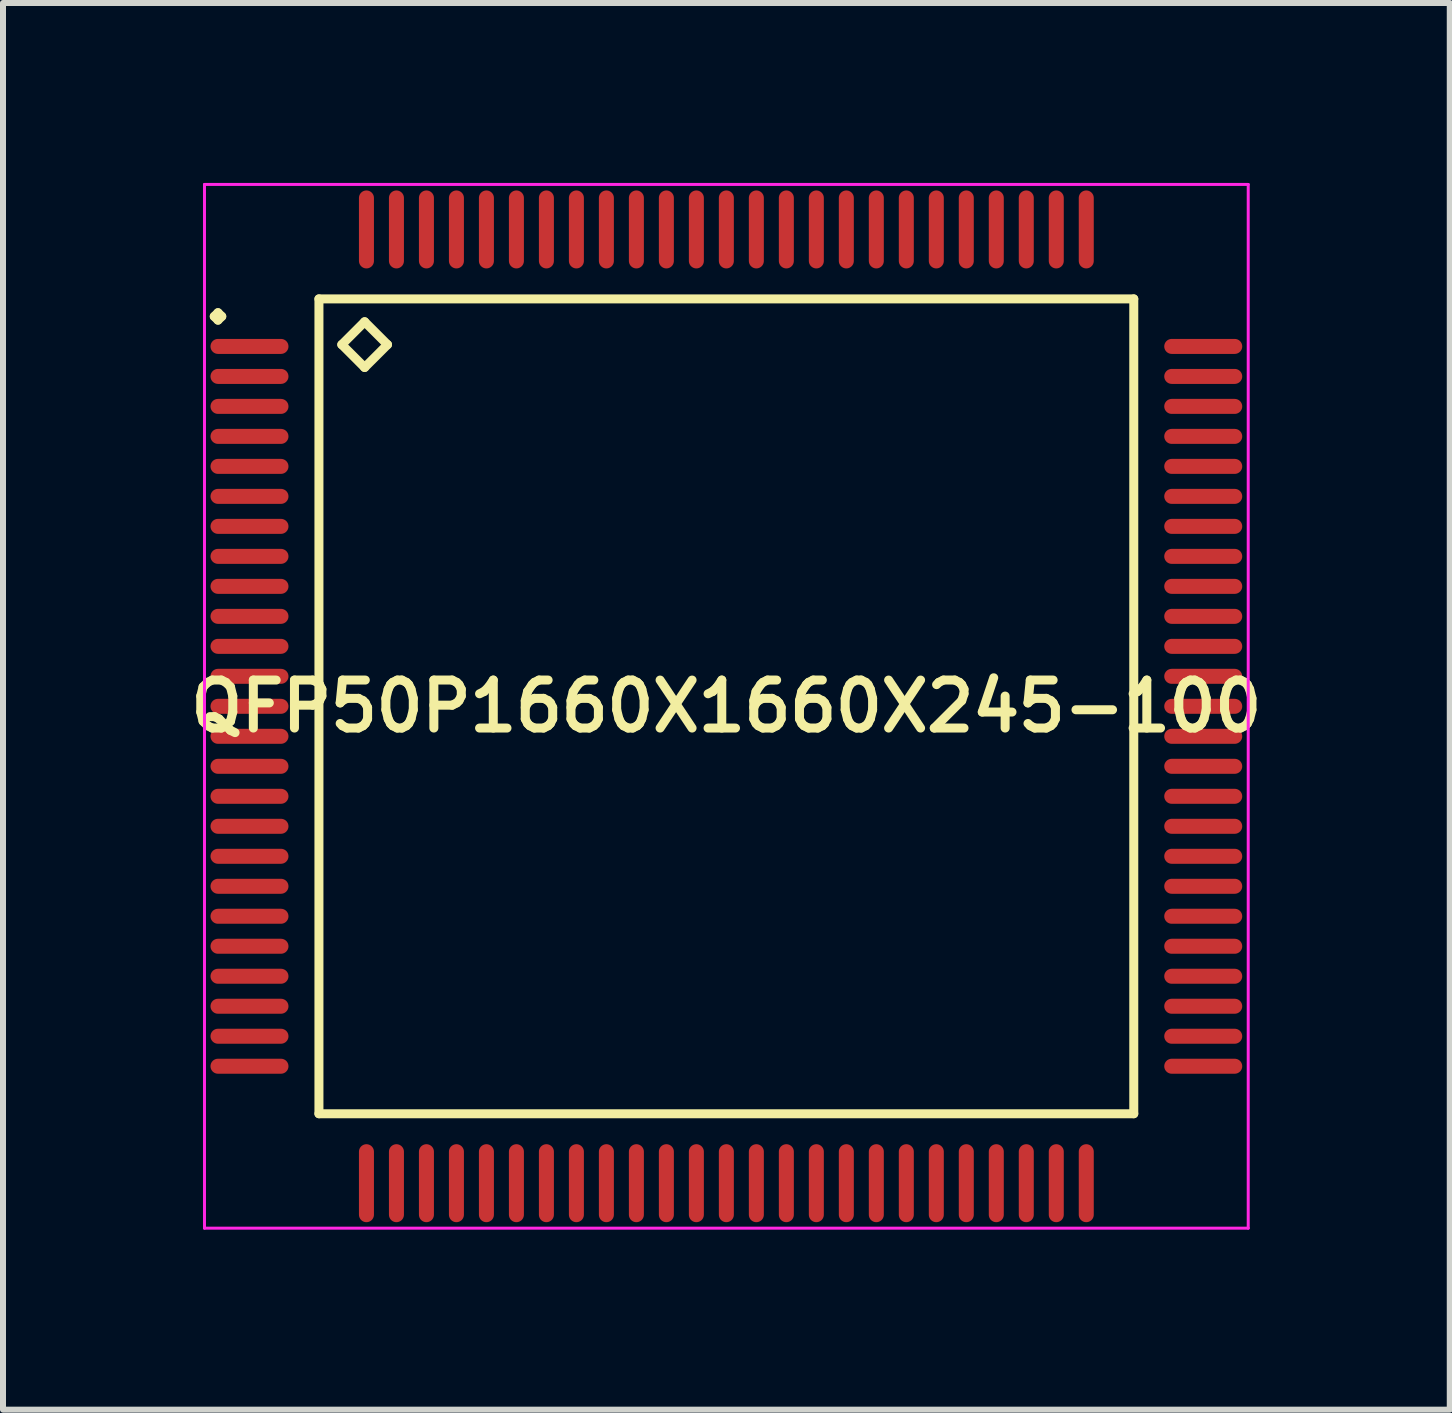
<source format=kicad_pcb>
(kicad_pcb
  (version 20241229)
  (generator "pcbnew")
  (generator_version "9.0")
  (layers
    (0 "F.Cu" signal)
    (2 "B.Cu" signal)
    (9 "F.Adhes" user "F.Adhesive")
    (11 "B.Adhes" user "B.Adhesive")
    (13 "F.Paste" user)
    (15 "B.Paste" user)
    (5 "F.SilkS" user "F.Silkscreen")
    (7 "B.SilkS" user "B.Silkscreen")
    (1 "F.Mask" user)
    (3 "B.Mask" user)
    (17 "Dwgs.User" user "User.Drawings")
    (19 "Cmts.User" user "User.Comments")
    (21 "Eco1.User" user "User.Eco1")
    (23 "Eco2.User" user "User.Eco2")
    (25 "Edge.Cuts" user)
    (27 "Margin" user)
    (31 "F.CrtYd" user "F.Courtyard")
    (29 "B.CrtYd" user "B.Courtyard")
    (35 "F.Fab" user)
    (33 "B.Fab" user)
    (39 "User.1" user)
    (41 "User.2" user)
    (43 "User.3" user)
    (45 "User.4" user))
  (footprint "QFP50P1660X1660X245-100"
    (layer "F.Cu")
    (at 9.059 8.725)
    (property "Reference" "QFP50P1660X1660X245-100" (at 0 0 0) (layer "F.SilkS") (effects (font (size 0.8 0.8) (thickness 0.15))))
    (attr smd)
    (fp_line (start -8.537 -6.5) (end -8.475 -6.562) (stroke (width 0.15) (type solid)) (layer "F.SilkS"))
    (fp_line (start -8.475 -6.562) (end -8.412 -6.5) (stroke (width 0.15) (type solid)) (layer "F.SilkS"))
    (fp_line (start -8.475 -6.438) (end -8.537 -6.5) (stroke (width 0.15) (type solid)) (layer "F.SilkS"))
    (fp_line (start -8.412 -6.5) (end -8.475 -6.438) (stroke (width 0.15) (type solid)) (layer "F.SilkS"))
    (fp_line (start -6.792 -6.792) (end -6.792 6.792) (stroke (width 0.15) (type solid)) (layer "F.SilkS"))
    (fp_line (start -6.792 6.792) (end 6.792 6.792) (stroke (width 0.15) (type solid)) (layer "F.SilkS"))
    (fp_line (start -6.411 -6.03) (end -6.03 -6.411) (stroke (width 0.15) (type solid)) (layer "F.SilkS"))
    (fp_line (start -6.03 -6.411) (end -5.649 -6.03) (stroke (width 0.15) (type solid)) (layer "F.SilkS"))
    (fp_line (start -6.03 -5.649) (end -6.411 -6.03) (stroke (width 0.15) (type solid)) (layer "F.SilkS"))
    (fp_line (start -5.649 -6.03) (end -6.03 -5.649) (stroke (width 0.15) (type solid)) (layer "F.SilkS"))
    (fp_line (start 6.792 -6.792) (end -6.792 -6.792) (stroke (width 0.15) (type solid)) (layer "F.SilkS"))
    (fp_line (start 6.792 6.792) (end 6.792 -6.792) (stroke (width 0.15) (type solid)) (layer "F.SilkS"))
    (fp_line (start -8.7 -8.7) (end 8.7 -8.7) (stroke (width 0.05) (type solid)) (layer "F.CrtYd"))
    (fp_line (start -8.7 8.7) (end -8.7 -8.7) (stroke (width 0.05) (type solid)) (layer "F.CrtYd"))
    (fp_line (start 8.7 -8.7) (end 8.7 8.7) (stroke (width 0.05) (type solid)) (layer "F.CrtYd"))
    (fp_line (start 8.7 8.7) (end -8.7 8.7) (stroke (width 0.05) (type solid)) (layer "F.CrtYd"))
    (pad "1" smd oval (at -7.95 -6) (size 1.3 0.25) (layers "F.Cu" "F.Mask" "F.Paste"))
    (pad "2" smd oval (at -7.95 -5.5) (size 1.3 0.25) (layers "F.Cu" "F.Mask" "F.Paste"))
    (pad "3" smd oval (at -7.95 -5) (size 1.3 0.25) (layers "F.Cu" "F.Mask" "F.Paste"))
    (pad "4" smd oval (at -7.95 -4.5) (size 1.3 0.25) (layers "F.Cu" "F.Mask" "F.Paste"))
    (pad "5" smd oval (at -7.95 -4) (size 1.3 0.25) (layers "F.Cu" "F.Mask" "F.Paste"))
    (pad "6" smd oval (at -7.95 -3.5) (size 1.3 0.25) (layers "F.Cu" "F.Mask" "F.Paste"))
    (pad "7" smd oval (at -7.95 -3) (size 1.3 0.25) (layers "F.Cu" "F.Mask" "F.Paste"))
    (pad "8" smd oval (at -7.95 -2.5) (size 1.3 0.25) (layers "F.Cu" "F.Mask" "F.Paste"))
    (pad "9" smd oval (at -7.95 -2) (size 1.3 0.25) (layers "F.Cu" "F.Mask" "F.Paste"))
    (pad "10" smd oval (at -7.95 -1.5) (size 1.3 0.25) (layers "F.Cu" "F.Mask" "F.Paste"))
    (pad "11" smd oval (at -7.95 -1) (size 1.3 0.25) (layers "F.Cu" "F.Mask" "F.Paste"))
    (pad "12" smd oval (at -7.95 -0.5) (size 1.3 0.25) (layers "F.Cu" "F.Mask" "F.Paste"))
    (pad "13" smd oval (at -7.95 0) (size 1.3 0.25) (layers "F.Cu" "F.Mask" "F.Paste"))
    (pad "14" smd oval (at -7.95 0.5) (size 1.3 0.25) (layers "F.Cu" "F.Mask" "F.Paste"))
    (pad "15" smd oval (at -7.95 1) (size 1.3 0.25) (layers "F.Cu" "F.Mask" "F.Paste"))
    (pad "16" smd oval (at -7.95 1.5) (size 1.3 0.25) (layers "F.Cu" "F.Mask" "F.Paste"))
    (pad "17" smd oval (at -7.95 2) (size 1.3 0.25) (layers "F.Cu" "F.Mask" "F.Paste"))
    (pad "18" smd oval (at -7.95 2.5) (size 1.3 0.25) (layers "F.Cu" "F.Mask" "F.Paste"))
    (pad "19" smd oval (at -7.95 3) (size 1.3 0.25) (layers "F.Cu" "F.Mask" "F.Paste"))
    (pad "20" smd oval (at -7.95 3.5) (size 1.3 0.25) (layers "F.Cu" "F.Mask" "F.Paste"))
    (pad "21" smd oval (at -7.95 4) (size 1.3 0.25) (layers "F.Cu" "F.Mask" "F.Paste"))
    (pad "22" smd oval (at -7.95 4.5) (size 1.3 0.25) (layers "F.Cu" "F.Mask" "F.Paste"))
    (pad "23" smd oval (at -7.95 5) (size 1.3 0.25) (layers "F.Cu" "F.Mask" "F.Paste"))
    (pad "24" smd oval (at -7.95 5.5) (size 1.3 0.25) (layers "F.Cu" "F.Mask" "F.Paste"))
    (pad "25" smd oval (at -7.95 6) (size 1.3 0.25) (layers "F.Cu" "F.Mask" "F.Paste"))
    (pad "26" smd oval (at -6 7.95) (size 0.25 1.3) (layers "F.Cu" "F.Mask" "F.Paste"))
    (pad "27" smd oval (at -5.5 7.95) (size 0.25 1.3) (layers "F.Cu" "F.Mask" "F.Paste"))
    (pad "28" smd oval (at -5 7.95) (size 0.25 1.3) (layers "F.Cu" "F.Mask" "F.Paste"))
    (pad "29" smd oval (at -4.5 7.95) (size 0.25 1.3) (layers "F.Cu" "F.Mask" "F.Paste"))
    (pad "30" smd oval (at -4 7.95) (size 0.25 1.3) (layers "F.Cu" "F.Mask" "F.Paste"))
    (pad "31" smd oval (at -3.5 7.95) (size 0.25 1.3) (layers "F.Cu" "F.Mask" "F.Paste"))
    (pad "32" smd oval (at -3 7.95) (size 0.25 1.3) (layers "F.Cu" "F.Mask" "F.Paste"))
    (pad "33" smd oval (at -2.5 7.95) (size 0.25 1.3) (layers "F.Cu" "F.Mask" "F.Paste"))
    (pad "34" smd oval (at -2 7.95) (size 0.25 1.3) (layers "F.Cu" "F.Mask" "F.Paste"))
    (pad "35" smd oval (at -1.5 7.95) (size 0.25 1.3) (layers "F.Cu" "F.Mask" "F.Paste"))
    (pad "36" smd oval (at -1 7.95) (size 0.25 1.3) (layers "F.Cu" "F.Mask" "F.Paste"))
    (pad "37" smd oval (at -0.5 7.95) (size 0.25 1.3) (layers "F.Cu" "F.Mask" "F.Paste"))
    (pad "38" smd oval (at 0 7.95) (size 0.25 1.3) (layers "F.Cu" "F.Mask" "F.Paste"))
    (pad "39" smd oval (at 0.5 7.95) (size 0.25 1.3) (layers "F.Cu" "F.Mask" "F.Paste"))
    (pad "40" smd oval (at 1 7.95) (size 0.25 1.3) (layers "F.Cu" "F.Mask" "F.Paste"))
    (pad "41" smd oval (at 1.5 7.95) (size 0.25 1.3) (layers "F.Cu" "F.Mask" "F.Paste"))
    (pad "42" smd oval (at 2 7.95) (size 0.25 1.3) (layers "F.Cu" "F.Mask" "F.Paste"))
    (pad "43" smd oval (at 2.5 7.95) (size 0.25 1.3) (layers "F.Cu" "F.Mask" "F.Paste"))
    (pad "44" smd oval (at 3 7.95) (size 0.25 1.3) (layers "F.Cu" "F.Mask" "F.Paste"))
    (pad "45" smd oval (at 3.5 7.95) (size 0.25 1.3) (layers "F.Cu" "F.Mask" "F.Paste"))
    (pad "46" smd oval (at 4 7.95) (size 0.25 1.3) (layers "F.Cu" "F.Mask" "F.Paste"))
    (pad "47" smd oval (at 4.5 7.95) (size 0.25 1.3) (layers "F.Cu" "F.Mask" "F.Paste"))
    (pad "48" smd oval (at 5 7.95) (size 0.25 1.3) (layers "F.Cu" "F.Mask" "F.Paste"))
    (pad "49" smd oval (at 5.5 7.95) (size 0.25 1.3) (layers "F.Cu" "F.Mask" "F.Paste"))
    (pad "50" smd oval (at 6 7.95) (size 0.25 1.3) (layers "F.Cu" "F.Mask" "F.Paste"))
    (pad "51" smd oval (at 7.95 6) (size 1.3 0.25) (layers "F.Cu" "F.Mask" "F.Paste"))
    (pad "52" smd oval (at 7.95 5.5) (size 1.3 0.25) (layers "F.Cu" "F.Mask" "F.Paste"))
    (pad "53" smd oval (at 7.95 5) (size 1.3 0.25) (layers "F.Cu" "F.Mask" "F.Paste"))
    (pad "54" smd oval (at 7.95 4.5) (size 1.3 0.25) (layers "F.Cu" "F.Mask" "F.Paste"))
    (pad "55" smd oval (at 7.95 4) (size 1.3 0.25) (layers "F.Cu" "F.Mask" "F.Paste"))
    (pad "56" smd oval (at 7.95 3.5) (size 1.3 0.25) (layers "F.Cu" "F.Mask" "F.Paste"))
    (pad "57" smd oval (at 7.95 3) (size 1.3 0.25) (layers "F.Cu" "F.Mask" "F.Paste"))
    (pad "58" smd oval (at 7.95 2.5) (size 1.3 0.25) (layers "F.Cu" "F.Mask" "F.Paste"))
    (pad "59" smd oval (at 7.95 2) (size 1.3 0.25) (layers "F.Cu" "F.Mask" "F.Paste"))
    (pad "60" smd oval (at 7.95 1.5) (size 1.3 0.25) (layers "F.Cu" "F.Mask" "F.Paste"))
    (pad "61" smd oval (at 7.95 1) (size 1.3 0.25) (layers "F.Cu" "F.Mask" "F.Paste"))
    (pad "62" smd oval (at 7.95 0.5) (size 1.3 0.25) (layers "F.Cu" "F.Mask" "F.Paste"))
    (pad "63" smd oval (at 7.95 0) (size 1.3 0.25) (layers "F.Cu" "F.Mask" "F.Paste"))
    (pad "64" smd oval (at 7.95 -0.5) (size 1.3 0.25) (layers "F.Cu" "F.Mask" "F.Paste"))
    (pad "65" smd oval (at 7.95 -1) (size 1.3 0.25) (layers "F.Cu" "F.Mask" "F.Paste"))
    (pad "66" smd oval (at 7.95 -1.5) (size 1.3 0.25) (layers "F.Cu" "F.Mask" "F.Paste"))
    (pad "67" smd oval (at 7.95 -2) (size 1.3 0.25) (layers "F.Cu" "F.Mask" "F.Paste"))
    (pad "68" smd oval (at 7.95 -2.5) (size 1.3 0.25) (layers "F.Cu" "F.Mask" "F.Paste"))
    (pad "69" smd oval (at 7.95 -3) (size 1.3 0.25) (layers "F.Cu" "F.Mask" "F.Paste"))
    (pad "70" smd oval (at 7.95 -3.5) (size 1.3 0.25) (layers "F.Cu" "F.Mask" "F.Paste"))
    (pad "71" smd oval (at 7.95 -4) (size 1.3 0.25) (layers "F.Cu" "F.Mask" "F.Paste"))
    (pad "72" smd oval (at 7.95 -4.5) (size 1.3 0.25) (layers "F.Cu" "F.Mask" "F.Paste"))
    (pad "73" smd oval (at 7.95 -5) (size 1.3 0.25) (layers "F.Cu" "F.Mask" "F.Paste"))
    (pad "74" smd oval (at 7.95 -5.5) (size 1.3 0.25) (layers "F.Cu" "F.Mask" "F.Paste"))
    (pad "75" smd oval (at 7.95 -6) (size 1.3 0.25) (layers "F.Cu" "F.Mask" "F.Paste"))
    (pad "76" smd oval (at 6 -7.95) (size 0.25 1.3) (layers "F.Cu" "F.Mask" "F.Paste"))
    (pad "77" smd oval (at 5.5 -7.95) (size 0.25 1.3) (layers "F.Cu" "F.Mask" "F.Paste"))
    (pad "78" smd oval (at 5 -7.95) (size 0.25 1.3) (layers "F.Cu" "F.Mask" "F.Paste"))
    (pad "79" smd oval (at 4.5 -7.95) (size 0.25 1.3) (layers "F.Cu" "F.Mask" "F.Paste"))
    (pad "80" smd oval (at 4 -7.95) (size 0.25 1.3) (layers "F.Cu" "F.Mask" "F.Paste"))
    (pad "81" smd oval (at 3.5 -7.95) (size 0.25 1.3) (layers "F.Cu" "F.Mask" "F.Paste"))
    (pad "82" smd oval (at 3 -7.95) (size 0.25 1.3) (layers "F.Cu" "F.Mask" "F.Paste"))
    (pad "83" smd oval (at 2.5 -7.95) (size 0.25 1.3) (layers "F.Cu" "F.Mask" "F.Paste"))
    (pad "84" smd oval (at 2 -7.95) (size 0.25 1.3) (layers "F.Cu" "F.Mask" "F.Paste"))
    (pad "85" smd oval (at 1.5 -7.95) (size 0.25 1.3) (layers "F.Cu" "F.Mask" "F.Paste"))
    (pad "86" smd oval (at 1 -7.95) (size 0.25 1.3) (layers "F.Cu" "F.Mask" "F.Paste"))
    (pad "87" smd oval (at 0.5 -7.95) (size 0.25 1.3) (layers "F.Cu" "F.Mask" "F.Paste"))
    (pad "88" smd oval (at 0 -7.95) (size 0.25 1.3) (layers "F.Cu" "F.Mask" "F.Paste"))
    (pad "89" smd oval (at -0.5 -7.95) (size 0.25 1.3) (layers "F.Cu" "F.Mask" "F.Paste"))
    (pad "90" smd oval (at -1 -7.95) (size 0.25 1.3) (layers "F.Cu" "F.Mask" "F.Paste"))
    (pad "91" smd oval (at -1.5 -7.95) (size 0.25 1.3) (layers "F.Cu" "F.Mask" "F.Paste"))
    (pad "92" smd oval (at -2 -7.95) (size 0.25 1.3) (layers "F.Cu" "F.Mask" "F.Paste"))
    (pad "93" smd oval (at -2.5 -7.95) (size 0.25 1.3) (layers "F.Cu" "F.Mask" "F.Paste"))
    (pad "94" smd oval (at -3 -7.95) (size 0.25 1.3) (layers "F.Cu" "F.Mask" "F.Paste"))
    (pad "95" smd oval (at -3.5 -7.95) (size 0.25 1.3) (layers "F.Cu" "F.Mask" "F.Paste"))
    (pad "96" smd oval (at -4 -7.95) (size 0.25 1.3) (layers "F.Cu" "F.Mask" "F.Paste"))
    (pad "97" smd oval (at -4.5 -7.95) (size 0.25 1.3) (layers "F.Cu" "F.Mask" "F.Paste"))
    (pad "98" smd oval (at -5 -7.95) (size 0.25 1.3) (layers "F.Cu" "F.Mask" "F.Paste"))
    (pad "99" smd oval (at -5.5 -7.95) (size 0.25 1.3) (layers "F.Cu" "F.Mask" "F.Paste"))
    (pad "100" smd oval (at -6 -7.95) (size 0.25 1.3) (layers "F.Cu" "F.Mask" "F.Paste")))
  (gr_rect
    (start -3 -3)
    (end 21.119 20.45)
    (stroke (width 0.1) (type default))
    (fill no)
    (layer "Edge.Cuts")))
</source>
